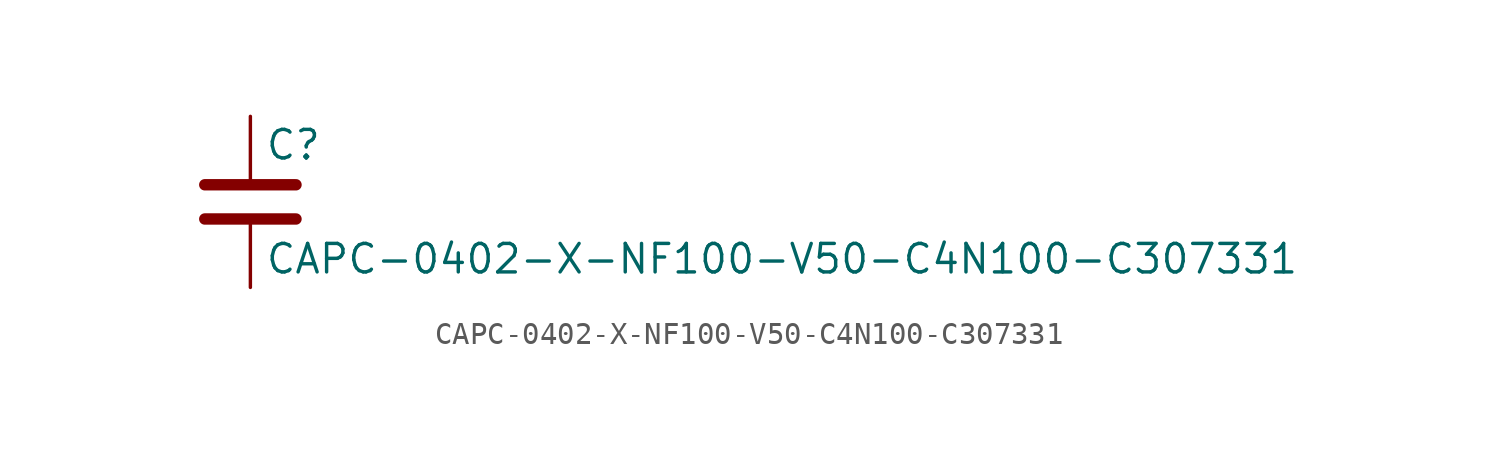
<source format=kicad_sym>
(kicad_symbol_lib
  (version 20211014)
  (generator kicad_symbol_editor)
  (symbol "CAPC-0402-X-NF100-V50-C4N100-C307331"
    (pin_numbers hide)
    (pin_names
      (offset 0.254))
    (property "Reference" "C"
      (at 0.635 2.54 0)
      (effects (font (size 1.27 1.27)) (justify left)))
    (property "Value" "CAPC-0402-X-NF100-V50-C4N100-C307331"
      (at 0.635 -2.54 0)
      (effects (font (size 1.27 1.27)) (justify left)))
    (symbol "CAPC-0402-X-NF100-V50-C4N100-C307331_0_1"
      (polyline (pts (xy -2.032 -0.762) (xy 2.032 -0.762)) (stroke (width 0.508) (type default) (color 0 0 0 0)) (fill (type none)))
      (polyline (pts (xy -2.032 0.762) (xy 2.032 0.762)) (stroke (width 0.508) (type default) (color 0 0 0 0)) (fill (type none))))
    (symbol "CAPC-0402-X-NF100-V50-C4N100-C307331_1_1"
      (pin passive line (at 0 3.81 270) (length 2.794) (name "~" (effects (font (size 1.27 1.27)))) (number "1" (effects (font (size 1.27 1.27)))))
      (pin passive line (at 0 -3.81 90) (length 2.794) (name "~" (effects (font (size 1.27 1.27)))) (number "2" (effects (font (size 1.27 1.27))))))))
</source>
